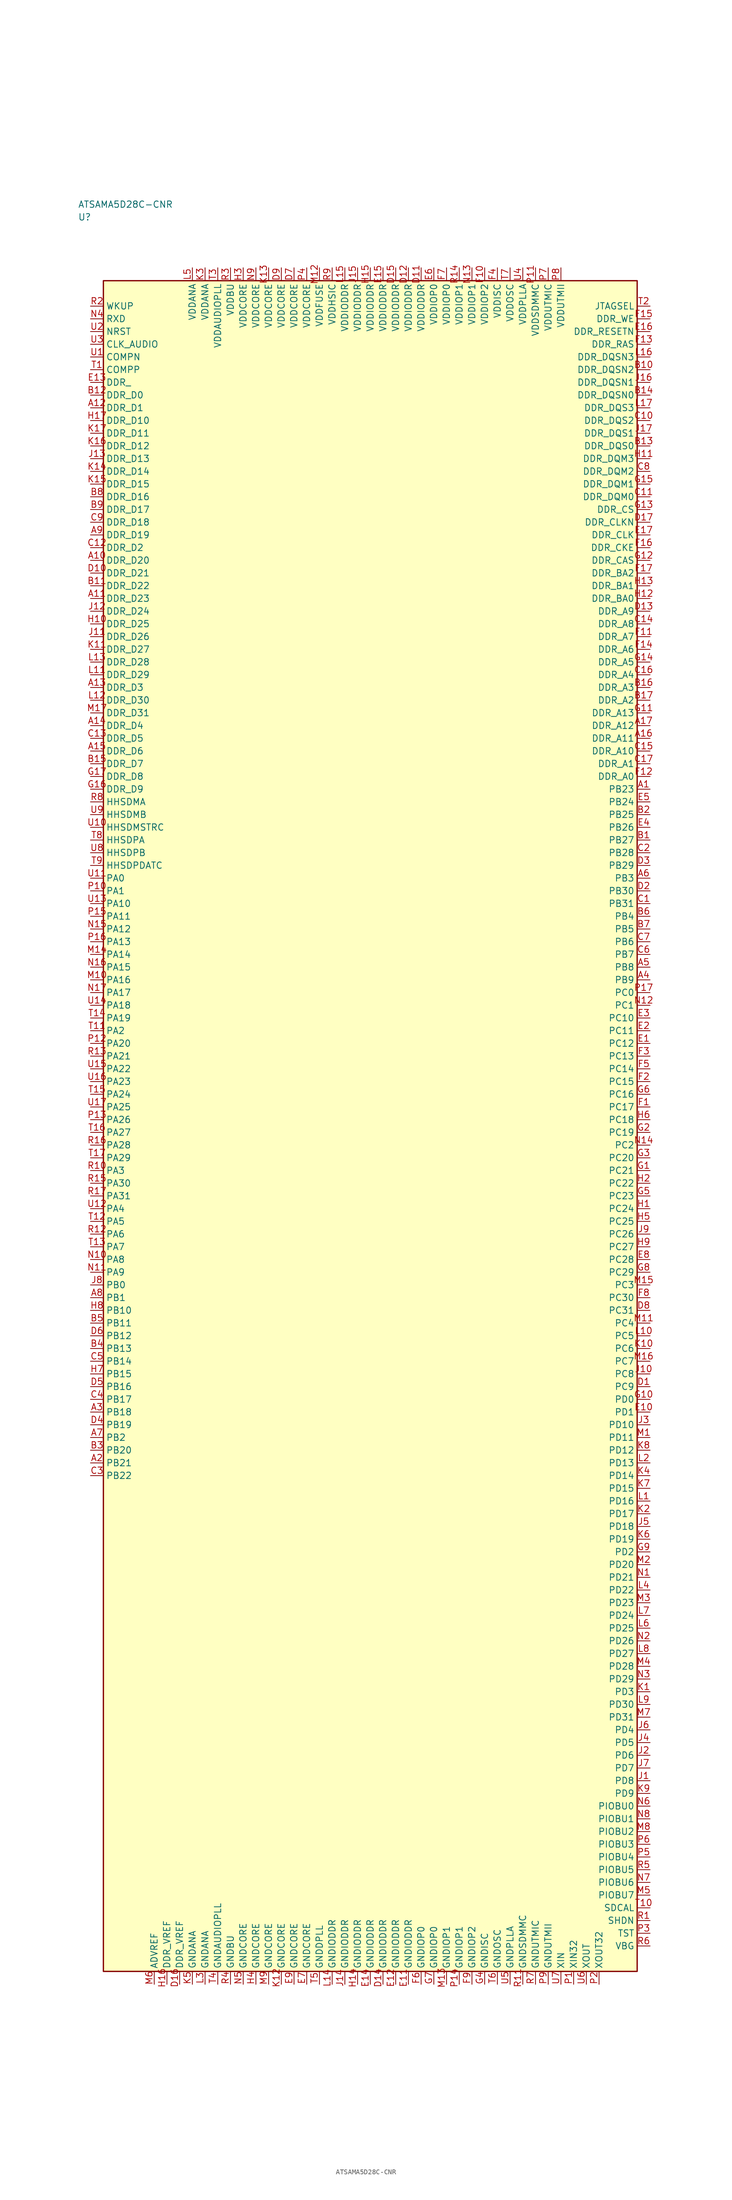
<source format=kicad_sym>
(kicad_symbol_lib
  (version 20241025)
  (generator "kicad_symbol_editor")
  (generator_version "8.0")
  (symbol "ATSAMA5D28C-CNR"
    (property "Reference" "U"
      (at -57.5 178.75 0)
      (effects (font (size 1.27 1.27)) (justify left)))
    (property "Value" "ATSAMA5D28C-CNR"
      (at -57.5 181.25 0)
      (effects (font (size 1.27 1.27)) (justify left)))
    (symbol "ATSAMA5D28C-CNR_0_1"
      (rectangle (start -52.5 166.25) (end 52.5 -166.25) (stroke (width 0.254) (type default)) (fill (type background))))
    (symbol "ATSAMA5D28C-CNR_1_1"
      (pin bidirectional line (at -55.04 48.75 0.0) (length 2.54) (name "PA0" (effects (font (size 1.27 1.27)))) (number "U11" (effects (font (size 1.27 1.27)))))
      (pin bidirectional line (at -55.04 46.25 0.0) (length 2.54) (name "PA1" (effects (font (size 1.27 1.27)))) (number "P10" (effects (font (size 1.27 1.27)))))
      (pin bidirectional line (at -55.04 18.75 0.0) (length 2.54) (name "PA2" (effects (font (size 1.27 1.27)))) (number "T11" (effects (font (size 1.27 1.27)))))
      (pin bidirectional line (at -55.04 -8.75 0.0) (length 2.54) (name "PA3" (effects (font (size 1.27 1.27)))) (number "R10" (effects (font (size 1.27 1.27)))))
      (pin bidirectional line (at -55.04 -16.25 0.0) (length 2.54) (name "PA4" (effects (font (size 1.27 1.27)))) (number "U12" (effects (font (size 1.27 1.27)))))
      (pin bidirectional line (at -55.04 -18.75 0.0) (length 2.54) (name "PA5" (effects (font (size 1.27 1.27)))) (number "T12" (effects (font (size 1.27 1.27)))))
      (pin bidirectional line (at -55.04 -21.25 0.0) (length 2.54) (name "PA6" (effects (font (size 1.27 1.27)))) (number "R12" (effects (font (size 1.27 1.27)))))
      (pin bidirectional line (at -55.04 -23.75 0.0) (length 2.54) (name "PA7" (effects (font (size 1.27 1.27)))) (number "T13" (effects (font (size 1.27 1.27)))))
      (pin bidirectional line (at -55.04 -26.25 0.0) (length 2.54) (name "PA8" (effects (font (size 1.27 1.27)))) (number "N10" (effects (font (size 1.27 1.27)))))
      (pin bidirectional line (at -55.04 -28.75 0.0) (length 2.54) (name "PA9" (effects (font (size 1.27 1.27)))) (number "N11" (effects (font (size 1.27 1.27)))))
      (pin bidirectional line (at -55.04 43.75 0.0) (length 2.54) (name "PA10" (effects (font (size 1.27 1.27)))) (number "U13" (effects (font (size 1.27 1.27)))))
      (pin bidirectional line (at -55.04 41.25 0.0) (length 2.54) (name "PA11" (effects (font (size 1.27 1.27)))) (number "P15" (effects (font (size 1.27 1.27)))))
      (pin bidirectional line (at -55.04 38.75 0.0) (length 2.54) (name "PA12" (effects (font (size 1.27 1.27)))) (number "N15" (effects (font (size 1.27 1.27)))))
      (pin bidirectional line (at -55.04 36.25 0.0) (length 2.54) (name "PA13" (effects (font (size 1.27 1.27)))) (number "P16" (effects (font (size 1.27 1.27)))))
      (pin bidirectional line (at -55.04 33.75 0.0) (length 2.54) (name "PA14" (effects (font (size 1.27 1.27)))) (number "M14" (effects (font (size 1.27 1.27)))))
      (pin bidirectional line (at -55.04 31.25 0.0) (length 2.54) (name "PA15" (effects (font (size 1.27 1.27)))) (number "N16" (effects (font (size 1.27 1.27)))))
      (pin bidirectional line (at -55.04 28.75 0.0) (length 2.54) (name "PA16" (effects (font (size 1.27 1.27)))) (number "M10" (effects (font (size 1.27 1.27)))))
      (pin bidirectional line (at -55.04 26.25 0.0) (length 2.54) (name "PA17" (effects (font (size 1.27 1.27)))) (number "N17" (effects (font (size 1.27 1.27)))))
      (pin bidirectional line (at -55.04 23.75 0.0) (length 2.54) (name "PA18" (effects (font (size 1.27 1.27)))) (number "U14" (effects (font (size 1.27 1.27)))))
      (pin bidirectional line (at -55.04 21.25 0.0) (length 2.54) (name "PA19" (effects (font (size 1.27 1.27)))) (number "T14" (effects (font (size 1.27 1.27)))))
      (pin bidirectional line (at -55.04 16.25 0.0) (length 2.54) (name "PA20" (effects (font (size 1.27 1.27)))) (number "P12" (effects (font (size 1.27 1.27)))))
      (pin bidirectional line (at -55.04 13.75 0.0) (length 2.54) (name "PA21" (effects (font (size 1.27 1.27)))) (number "R13" (effects (font (size 1.27 1.27)))))
      (pin bidirectional line (at -55.04 11.25 0.0) (length 2.54) (name "PA22" (effects (font (size 1.27 1.27)))) (number "U15" (effects (font (size 1.27 1.27)))))
      (pin bidirectional line (at -55.04 8.75 0.0) (length 2.54) (name "PA23" (effects (font (size 1.27 1.27)))) (number "U16" (effects (font (size 1.27 1.27)))))
      (pin bidirectional line (at -55.04 6.25 0.0) (length 2.54) (name "PA24" (effects (font (size 1.27 1.27)))) (number "T15" (effects (font (size 1.27 1.27)))))
      (pin bidirectional line (at -55.04 3.75 0.0) (length 2.54) (name "PA25" (effects (font (size 1.27 1.27)))) (number "U17" (effects (font (size 1.27 1.27)))))
      (pin bidirectional line (at -55.04 1.25 0.0) (length 2.54) (name "PA26" (effects (font (size 1.27 1.27)))) (number "P13" (effects (font (size 1.27 1.27)))))
      (pin bidirectional line (at -55.04 -1.25 0.0) (length 2.54) (name "PA27" (effects (font (size 1.27 1.27)))) (number "T16" (effects (font (size 1.27 1.27)))))
      (pin bidirectional line (at -55.04 -3.75 0.0) (length 2.54) (name "PA28" (effects (font (size 1.27 1.27)))) (number "R16" (effects (font (size 1.27 1.27)))))
      (pin bidirectional line (at -55.04 -6.25 0.0) (length 2.54) (name "PA29" (effects (font (size 1.27 1.27)))) (number "T17" (effects (font (size 1.27 1.27)))))
      (pin bidirectional line (at -55.04 -11.25 0.0) (length 2.54) (name "PA30" (effects (font (size 1.27 1.27)))) (number "R15" (effects (font (size 1.27 1.27)))))
      (pin bidirectional line (at -55.04 -13.75 0.0) (length 2.54) (name "PA31" (effects (font (size 1.27 1.27)))) (number "R17" (effects (font (size 1.27 1.27)))))
      (pin bidirectional line (at -55.04 -31.25 0.0) (length 2.54) (name "PB0" (effects (font (size 1.27 1.27)))) (number "J8" (effects (font (size 1.27 1.27)))))
      (pin bidirectional line (at -55.04 -33.75 0.0) (length 2.54) (name "PB1" (effects (font (size 1.27 1.27)))) (number "A8" (effects (font (size 1.27 1.27)))))
      (pin bidirectional line (at -55.04 -61.25 0.0) (length 2.54) (name "PB2" (effects (font (size 1.27 1.27)))) (number "A7" (effects (font (size 1.27 1.27)))))
      (pin bidirectional line (at 55.04 48.75 180.0) (length 2.54) (name "PB3" (effects (font (size 1.27 1.27)))) (number "A6" (effects (font (size 1.27 1.27)))))
      (pin bidirectional line (at 55.04 41.25 180.0) (length 2.54) (name "PB4" (effects (font (size 1.27 1.27)))) (number "B6" (effects (font (size 1.27 1.27)))))
      (pin bidirectional line (at 55.04 38.75 180.0) (length 2.54) (name "PB5" (effects (font (size 1.27 1.27)))) (number "B7" (effects (font (size 1.27 1.27)))))
      (pin bidirectional line (at 55.04 36.25 180.0) (length 2.54) (name "PB6" (effects (font (size 1.27 1.27)))) (number "C7" (effects (font (size 1.27 1.27)))))
      (pin bidirectional line (at 55.04 33.75 180.0) (length 2.54) (name "PB7" (effects (font (size 1.27 1.27)))) (number "C6" (effects (font (size 1.27 1.27)))))
      (pin bidirectional line (at 55.04 31.25 180.0) (length 2.54) (name "PB8" (effects (font (size 1.27 1.27)))) (number "A5" (effects (font (size 1.27 1.27)))))
      (pin bidirectional line (at 55.04 28.75 180.0) (length 2.54) (name "PB9" (effects (font (size 1.27 1.27)))) (number "A4" (effects (font (size 1.27 1.27)))))
      (pin bidirectional line (at -55.04 -36.25 0.0) (length 2.54) (name "PB10" (effects (font (size 1.27 1.27)))) (number "H8" (effects (font (size 1.27 1.27)))))
      (pin bidirectional line (at -55.04 -38.75 0.0) (length 2.54) (name "PB11" (effects (font (size 1.27 1.27)))) (number "B5" (effects (font (size 1.27 1.27)))))
      (pin bidirectional line (at -55.04 -41.25 0.0) (length 2.54) (name "PB12" (effects (font (size 1.27 1.27)))) (number "D6" (effects (font (size 1.27 1.27)))))
      (pin bidirectional line (at -55.04 -43.75 0.0) (length 2.54) (name "PB13" (effects (font (size 1.27 1.27)))) (number "B4" (effects (font (size 1.27 1.27)))))
      (pin bidirectional line (at -55.04 -46.25 0.0) (length 2.54) (name "PB14" (effects (font (size 1.27 1.27)))) (number "C5" (effects (font (size 1.27 1.27)))))
      (pin bidirectional line (at -55.04 -48.75 0.0) (length 2.54) (name "PB15" (effects (font (size 1.27 1.27)))) (number "H7" (effects (font (size 1.27 1.27)))))
      (pin bidirectional line (at -55.04 -51.25 0.0) (length 2.54) (name "PB16" (effects (font (size 1.27 1.27)))) (number "D5" (effects (font (size 1.27 1.27)))))
      (pin bidirectional line (at -55.04 -53.75 0.0) (length 2.54) (name "PB17" (effects (font (size 1.27 1.27)))) (number "C4" (effects (font (size 1.27 1.27)))))
      (pin bidirectional line (at -55.04 -56.25 0.0) (length 2.54) (name "PB18" (effects (font (size 1.27 1.27)))) (number "A3" (effects (font (size 1.27 1.27)))))
      (pin bidirectional line (at -55.04 -58.75 0.0) (length 2.54) (name "PB19" (effects (font (size 1.27 1.27)))) (number "D4" (effects (font (size 1.27 1.27)))))
      (pin bidirectional line (at -55.04 -63.75 0.0) (length 2.54) (name "PB20" (effects (font (size 1.27 1.27)))) (number "B3" (effects (font (size 1.27 1.27)))))
      (pin bidirectional line (at -55.04 -66.25 0.0) (length 2.54) (name "PB21" (effects (font (size 1.27 1.27)))) (number "A2" (effects (font (size 1.27 1.27)))))
      (pin bidirectional line (at -55.04 -68.75 0.0) (length 2.54) (name "PB22" (effects (font (size 1.27 1.27)))) (number "C3" (effects (font (size 1.27 1.27)))))
      (pin bidirectional line (at 55.04 66.25 180.0) (length 2.54) (name "PB23" (effects (font (size 1.27 1.27)))) (number "A1" (effects (font (size 1.27 1.27)))))
      (pin bidirectional line (at 55.04 63.75 180.0) (length 2.54) (name "PB24" (effects (font (size 1.27 1.27)))) (number "E5" (effects (font (size 1.27 1.27)))))
      (pin bidirectional line (at 55.04 61.25 180.0) (length 2.54) (name "PB25" (effects (font (size 1.27 1.27)))) (number "B2" (effects (font (size 1.27 1.27)))))
      (pin bidirectional line (at 55.04 58.75 180.0) (length 2.54) (name "PB26" (effects (font (size 1.27 1.27)))) (number "E4" (effects (font (size 1.27 1.27)))))
      (pin bidirectional line (at 55.04 56.25 180.0) (length 2.54) (name "PB27" (effects (font (size 1.27 1.27)))) (number "B1" (effects (font (size 1.27 1.27)))))
      (pin bidirectional line (at 55.04 53.75 180.0) (length 2.54) (name "PB28" (effects (font (size 1.27 1.27)))) (number "C2" (effects (font (size 1.27 1.27)))))
      (pin bidirectional line (at 55.04 51.25 180.0) (length 2.54) (name "PB29" (effects (font (size 1.27 1.27)))) (number "D3" (effects (font (size 1.27 1.27)))))
      (pin bidirectional line (at 55.04 46.25 180.0) (length 2.54) (name "PB30" (effects (font (size 1.27 1.27)))) (number "D2" (effects (font (size 1.27 1.27)))))
      (pin bidirectional line (at 55.04 43.75 180.0) (length 2.54) (name "PB31" (effects (font (size 1.27 1.27)))) (number "C1" (effects (font (size 1.27 1.27)))))
      (pin bidirectional line (at 55.04 26.25 180.0) (length 2.54) (name "PC0" (effects (font (size 1.27 1.27)))) (number "P17" (effects (font (size 1.27 1.27)))))
      (pin bidirectional line (at 55.04 23.75 180.0) (length 2.54) (name "PC1" (effects (font (size 1.27 1.27)))) (number "N12" (effects (font (size 1.27 1.27)))))
      (pin bidirectional line (at 55.04 -3.75 180.0) (length 2.54) (name "PC2" (effects (font (size 1.27 1.27)))) (number "N14" (effects (font (size 1.27 1.27)))))
      (pin bidirectional line (at 55.04 -31.25 180.0) (length 2.54) (name "PC3" (effects (font (size 1.27 1.27)))) (number "M15" (effects (font (size 1.27 1.27)))))
      (pin bidirectional line (at 55.04 -38.75 180.0) (length 2.54) (name "PC4" (effects (font (size 1.27 1.27)))) (number "M11" (effects (font (size 1.27 1.27)))))
      (pin bidirectional line (at 55.04 -41.25 180.0) (length 2.54) (name "PC5" (effects (font (size 1.27 1.27)))) (number "L10" (effects (font (size 1.27 1.27)))))
      (pin bidirectional line (at 55.04 -43.75 180.0) (length 2.54) (name "PC6" (effects (font (size 1.27 1.27)))) (number "K10" (effects (font (size 1.27 1.27)))))
      (pin bidirectional line (at 55.04 -46.25 180.0) (length 2.54) (name "PC7" (effects (font (size 1.27 1.27)))) (number "M16" (effects (font (size 1.27 1.27)))))
      (pin bidirectional line (at 55.04 -48.75 180.0) (length 2.54) (name "PC8" (effects (font (size 1.27 1.27)))) (number "J10" (effects (font (size 1.27 1.27)))))
      (pin bidirectional line (at 55.04 -51.25 180.0) (length 2.54) (name "PC9" (effects (font (size 1.27 1.27)))) (number "D1" (effects (font (size 1.27 1.27)))))
      (pin bidirectional line (at 55.04 21.25 180.0) (length 2.54) (name "PC10" (effects (font (size 1.27 1.27)))) (number "E3" (effects (font (size 1.27 1.27)))))
      (pin bidirectional line (at 55.04 18.75 180.0) (length 2.54) (name "PC11" (effects (font (size 1.27 1.27)))) (number "E2" (effects (font (size 1.27 1.27)))))
      (pin bidirectional line (at 55.04 16.25 180.0) (length 2.54) (name "PC12" (effects (font (size 1.27 1.27)))) (number "E1" (effects (font (size 1.27 1.27)))))
      (pin bidirectional line (at 55.04 13.75 180.0) (length 2.54) (name "PC13" (effects (font (size 1.27 1.27)))) (number "F3" (effects (font (size 1.27 1.27)))))
      (pin bidirectional line (at 55.04 11.25 180.0) (length 2.54) (name "PC14" (effects (font (size 1.27 1.27)))) (number "F5" (effects (font (size 1.27 1.27)))))
      (pin bidirectional line (at 55.04 8.75 180.0) (length 2.54) (name "PC15" (effects (font (size 1.27 1.27)))) (number "F2" (effects (font (size 1.27 1.27)))))
      (pin bidirectional line (at 55.04 6.25 180.0) (length 2.54) (name "PC16" (effects (font (size 1.27 1.27)))) (number "G6" (effects (font (size 1.27 1.27)))))
      (pin bidirectional line (at 55.04 3.75 180.0) (length 2.54) (name "PC17" (effects (font (size 1.27 1.27)))) (number "F1" (effects (font (size 1.27 1.27)))))
      (pin bidirectional line (at 55.04 1.25 180.0) (length 2.54) (name "PC18" (effects (font (size 1.27 1.27)))) (number "H6" (effects (font (size 1.27 1.27)))))
      (pin bidirectional line (at 55.04 -1.25 180.0) (length 2.54) (name "PC19" (effects (font (size 1.27 1.27)))) (number "G2" (effects (font (size 1.27 1.27)))))
      (pin bidirectional line (at 55.04 -6.25 180.0) (length 2.54) (name "PC20" (effects (font (size 1.27 1.27)))) (number "G3" (effects (font (size 1.27 1.27)))))
      (pin bidirectional line (at 55.04 -8.75 180.0) (length 2.54) (name "PC21" (effects (font (size 1.27 1.27)))) (number "G1" (effects (font (size 1.27 1.27)))))
      (pin bidirectional line (at 55.04 -11.25 180.0) (length 2.54) (name "PC22" (effects (font (size 1.27 1.27)))) (number "H2" (effects (font (size 1.27 1.27)))))
      (pin bidirectional line (at 55.04 -13.75 180.0) (length 2.54) (name "PC23" (effects (font (size 1.27 1.27)))) (number "G5" (effects (font (size 1.27 1.27)))))
      (pin bidirectional line (at 55.04 -16.25 180.0) (length 2.54) (name "PC24" (effects (font (size 1.27 1.27)))) (number "H1" (effects (font (size 1.27 1.27)))))
      (pin bidirectional line (at 55.04 -18.75 180.0) (length 2.54) (name "PC25" (effects (font (size 1.27 1.27)))) (number "H5" (effects (font (size 1.27 1.27)))))
      (pin bidirectional line (at 55.04 -21.25 180.0) (length 2.54) (name "PC26" (effects (font (size 1.27 1.27)))) (number "J9" (effects (font (size 1.27 1.27)))))
      (pin bidirectional line (at 55.04 -23.75 180.0) (length 2.54) (name "PC27" (effects (font (size 1.27 1.27)))) (number "H9" (effects (font (size 1.27 1.27)))))
      (pin bidirectional line (at 55.04 -26.25 180.0) (length 2.54) (name "PC28" (effects (font (size 1.27 1.27)))) (number "E8" (effects (font (size 1.27 1.27)))))
      (pin bidirectional line (at 55.04 -28.75 180.0) (length 2.54) (name "PC29" (effects (font (size 1.27 1.27)))) (number "G8" (effects (font (size 1.27 1.27)))))
      (pin bidirectional line (at 55.04 -33.75 180.0) (length 2.54) (name "PC30" (effects (font (size 1.27 1.27)))) (number "F8" (effects (font (size 1.27 1.27)))))
      (pin bidirectional line (at 55.04 -36.25 180.0) (length 2.54) (name "PC31" (effects (font (size 1.27 1.27)))) (number "D8" (effects (font (size 1.27 1.27)))))
      (pin bidirectional line (at 55.04 -53.75 180.0) (length 2.54) (name "PD0" (effects (font (size 1.27 1.27)))) (number "G10" (effects (font (size 1.27 1.27)))))
      (pin bidirectional line (at 55.04 -56.25 180.0) (length 2.54) (name "PD1" (effects (font (size 1.27 1.27)))) (number "E10" (effects (font (size 1.27 1.27)))))
      (pin bidirectional line (at 55.04 -83.75 180.0) (length 2.54) (name "PD2" (effects (font (size 1.27 1.27)))) (number "G9" (effects (font (size 1.27 1.27)))))
      (pin bidirectional line (at 55.04 -111.25 180.0) (length 2.54) (name "PD3" (effects (font (size 1.27 1.27)))) (number "K1" (effects (font (size 1.27 1.27)))))
      (pin bidirectional line (at 55.04 -118.75 180.0) (length 2.54) (name "PD4" (effects (font (size 1.27 1.27)))) (number "J6" (effects (font (size 1.27 1.27)))))
      (pin bidirectional line (at 55.04 -121.25 180.0) (length 2.54) (name "PD5" (effects (font (size 1.27 1.27)))) (number "J4" (effects (font (size 1.27 1.27)))))
      (pin bidirectional line (at 55.04 -123.75 180.0) (length 2.54) (name "PD6" (effects (font (size 1.27 1.27)))) (number "J2" (effects (font (size 1.27 1.27)))))
      (pin bidirectional line (at 55.04 -126.25 180.0) (length 2.54) (name "PD7" (effects (font (size 1.27 1.27)))) (number "J7" (effects (font (size 1.27 1.27)))))
      (pin bidirectional line (at 55.04 -128.75 180.0) (length 2.54) (name "PD8" (effects (font (size 1.27 1.27)))) (number "J1" (effects (font (size 1.27 1.27)))))
      (pin bidirectional line (at 55.04 -131.25 180.0) (length 2.54) (name "PD9" (effects (font (size 1.27 1.27)))) (number "K9" (effects (font (size 1.27 1.27)))))
      (pin bidirectional line (at 55.04 -58.75 180.0) (length 2.54) (name "PD10" (effects (font (size 1.27 1.27)))) (number "J3" (effects (font (size 1.27 1.27)))))
      (pin bidirectional line (at 55.04 -61.25 180.0) (length 2.54) (name "PD11" (effects (font (size 1.27 1.27)))) (number "M1" (effects (font (size 1.27 1.27)))))
      (pin bidirectional line (at 55.04 -63.75 180.0) (length 2.54) (name "PD12" (effects (font (size 1.27 1.27)))) (number "K8" (effects (font (size 1.27 1.27)))))
      (pin bidirectional line (at 55.04 -66.25 180.0) (length 2.54) (name "PD13" (effects (font (size 1.27 1.27)))) (number "L2" (effects (font (size 1.27 1.27)))))
      (pin bidirectional line (at 55.04 -68.75 180.0) (length 2.54) (name "PD14" (effects (font (size 1.27 1.27)))) (number "K4" (effects (font (size 1.27 1.27)))))
      (pin bidirectional line (at 55.04 -71.25 180.0) (length 2.54) (name "PD15" (effects (font (size 1.27 1.27)))) (number "K7" (effects (font (size 1.27 1.27)))))
      (pin bidirectional line (at 55.04 -73.75 180.0) (length 2.54) (name "PD16" (effects (font (size 1.27 1.27)))) (number "L1" (effects (font (size 1.27 1.27)))))
      (pin bidirectional line (at 55.04 -76.25 180.0) (length 2.54) (name "PD17" (effects (font (size 1.27 1.27)))) (number "K2" (effects (font (size 1.27 1.27)))))
      (pin bidirectional line (at 55.04 -78.75 180.0) (length 2.54) (name "PD18" (effects (font (size 1.27 1.27)))) (number "J5" (effects (font (size 1.27 1.27)))))
      (pin bidirectional line (at 55.04 -81.25 180.0) (length 2.54) (name "PD19" (effects (font (size 1.27 1.27)))) (number "K6" (effects (font (size 1.27 1.27)))))
      (pin bidirectional line (at 55.04 -86.25 180.0) (length 2.54) (name "PD20" (effects (font (size 1.27 1.27)))) (number "M2" (effects (font (size 1.27 1.27)))))
      (pin bidirectional line (at 55.04 -88.75 180.0) (length 2.54) (name "PD21" (effects (font (size 1.27 1.27)))) (number "N1" (effects (font (size 1.27 1.27)))))
      (pin bidirectional line (at 55.04 -91.25 180.0) (length 2.54) (name "PD22" (effects (font (size 1.27 1.27)))) (number "L4" (effects (font (size 1.27 1.27)))))
      (pin bidirectional line (at 55.04 -93.75 180.0) (length 2.54) (name "PD23" (effects (font (size 1.27 1.27)))) (number "M3" (effects (font (size 1.27 1.27)))))
      (pin bidirectional line (at 55.04 -96.25 180.0) (length 2.54) (name "PD24" (effects (font (size 1.27 1.27)))) (number "L7" (effects (font (size 1.27 1.27)))))
      (pin bidirectional line (at 55.04 -98.75 180.0) (length 2.54) (name "PD25" (effects (font (size 1.27 1.27)))) (number "L6" (effects (font (size 1.27 1.27)))))
      (pin bidirectional line (at 55.04 -101.25 180.0) (length 2.54) (name "PD26" (effects (font (size 1.27 1.27)))) (number "N2" (effects (font (size 1.27 1.27)))))
      (pin bidirectional line (at 55.04 -103.75 180.0) (length 2.54) (name "PD27" (effects (font (size 1.27 1.27)))) (number "L8" (effects (font (size 1.27 1.27)))))
      (pin bidirectional line (at 55.04 -106.25 180.0) (length 2.54) (name "PD28" (effects (font (size 1.27 1.27)))) (number "M4" (effects (font (size 1.27 1.27)))))
      (pin bidirectional line (at 55.04 -108.75 180.0) (length 2.54) (name "PD29" (effects (font (size 1.27 1.27)))) (number "N3" (effects (font (size 1.27 1.27)))))
      (pin bidirectional line (at 55.04 -113.75 180.0) (length 2.54) (name "PD30" (effects (font (size 1.27 1.27)))) (number "L9" (effects (font (size 1.27 1.27)))))
      (pin bidirectional line (at 55.04 -116.25 180.0) (length 2.54) (name "PD31" (effects (font (size 1.27 1.27)))) (number "M7" (effects (font (size 1.27 1.27)))))
      (pin power_in line (at -35.0 168.79 270.0) (length 2.54) (name "VDDANA" (effects (font (size 1.27 1.27)))) (number "L5" (effects (font (size 1.27 1.27)))))
      (pin passive line (at -35.0 -168.79 90.0) (length 2.54) (name "GNDANA" (effects (font (size 1.27 1.27)))) (number "K5" (effects (font (size 1.27 1.27)))))
      (pin passive line (at -42.5 -168.79 90.0) (length 2.54) (name "ADVREF" (effects (font (size 1.27 1.27)))) (number "M6" (effects (font (size 1.27 1.27)))))
      (pin power_in line (at -32.5 168.79 270.0) (length 2.54) (name "VDDANA" (effects (font (size 1.27 1.27)))) (number "K3" (effects (font (size 1.27 1.27)))))
      (pin passive line (at -32.5 -168.79 90.0) (length 2.54) (name "GNDANA" (effects (font (size 1.27 1.27)))) (number "L3" (effects (font (size 1.27 1.27)))))
      (pin passive line (at -40.0 -168.79 90.0) (length 2.54) (name "DDR_VREF" (effects (font (size 1.27 1.27)))) (number "H16" (effects (font (size 1.27 1.27)))))
      (pin passive line (at -37.5 -168.79 90.0) (length 2.54) (name "DDR_VREF" (effects (font (size 1.27 1.27)))) (number "D16" (effects (font (size 1.27 1.27)))))
      (pin bidirectional line (at -55.04 143.75 0.0) (length 2.54) (name "DDR_D0" (effects (font (size 1.27 1.27)))) (number "B12" (effects (font (size 1.27 1.27)))))
      (pin bidirectional line (at -55.04 141.25 0.0) (length 2.54) (name "DDR_D1" (effects (font (size 1.27 1.27)))) (number "A12" (effects (font (size 1.27 1.27)))))
      (pin bidirectional line (at -55.04 113.75 0.0) (length 2.54) (name "DDR_D2" (effects (font (size 1.27 1.27)))) (number "C12" (effects (font (size 1.27 1.27)))))
      (pin bidirectional line (at -55.04 86.25 0.0) (length 2.54) (name "DDR_D3" (effects (font (size 1.27 1.27)))) (number "A13" (effects (font (size 1.27 1.27)))))
      (pin bidirectional line (at -55.04 78.75 0.0) (length 2.54) (name "DDR_D4" (effects (font (size 1.27 1.27)))) (number "A14" (effects (font (size 1.27 1.27)))))
      (pin bidirectional line (at -55.04 76.25 0.0) (length 2.54) (name "DDR_D5" (effects (font (size 1.27 1.27)))) (number "C13" (effects (font (size 1.27 1.27)))))
      (pin bidirectional line (at -55.04 73.75 0.0) (length 2.54) (name "DDR_D6" (effects (font (size 1.27 1.27)))) (number "A15" (effects (font (size 1.27 1.27)))))
      (pin bidirectional line (at -55.04 71.25 0.0) (length 2.54) (name "DDR_D7" (effects (font (size 1.27 1.27)))) (number "B15" (effects (font (size 1.27 1.27)))))
      (pin bidirectional line (at -55.04 68.75 0.0) (length 2.54) (name "DDR_D8" (effects (font (size 1.27 1.27)))) (number "G17" (effects (font (size 1.27 1.27)))))
      (pin bidirectional line (at -55.04 66.25 0.0) (length 2.54) (name "DDR_D9" (effects (font (size 1.27 1.27)))) (number "G16" (effects (font (size 1.27 1.27)))))
      (pin bidirectional line (at -55.04 138.75 0.0) (length 2.54) (name "DDR_D10" (effects (font (size 1.27 1.27)))) (number "H17" (effects (font (size 1.27 1.27)))))
      (pin bidirectional line (at -55.04 136.25 0.0) (length 2.54) (name "DDR_D11" (effects (font (size 1.27 1.27)))) (number "K17" (effects (font (size 1.27 1.27)))))
      (pin bidirectional line (at -55.04 133.75 0.0) (length 2.54) (name "DDR_D12" (effects (font (size 1.27 1.27)))) (number "K16" (effects (font (size 1.27 1.27)))))
      (pin bidirectional line (at -55.04 131.25 0.0) (length 2.54) (name "DDR_D13" (effects (font (size 1.27 1.27)))) (number "J13" (effects (font (size 1.27 1.27)))))
      (pin bidirectional line (at -55.04 128.75 0.0) (length 2.54) (name "DDR_D14" (effects (font (size 1.27 1.27)))) (number "K14" (effects (font (size 1.27 1.27)))))
      (pin bidirectional line (at -55.04 126.25 0.0) (length 2.54) (name "DDR_D15" (effects (font (size 1.27 1.27)))) (number "K15" (effects (font (size 1.27 1.27)))))
      (pin bidirectional line (at -55.04 123.75 0.0) (length 2.54) (name "DDR_D16" (effects (font (size 1.27 1.27)))) (number "B8" (effects (font (size 1.27 1.27)))))
      (pin bidirectional line (at -55.04 121.25 0.0) (length 2.54) (name "DDR_D17" (effects (font (size 1.27 1.27)))) (number "B9" (effects (font (size 1.27 1.27)))))
      (pin bidirectional line (at -55.04 118.75 0.0) (length 2.54) (name "DDR_D18" (effects (font (size 1.27 1.27)))) (number "C9" (effects (font (size 1.27 1.27)))))
      (pin bidirectional line (at -55.04 116.25 0.0) (length 2.54) (name "DDR_D19" (effects (font (size 1.27 1.27)))) (number "A9" (effects (font (size 1.27 1.27)))))
      (pin bidirectional line (at -55.04 111.25 0.0) (length 2.54) (name "DDR_D20" (effects (font (size 1.27 1.27)))) (number "A10" (effects (font (size 1.27 1.27)))))
      (pin bidirectional line (at -55.04 108.75 0.0) (length 2.54) (name "DDR_D21" (effects (font (size 1.27 1.27)))) (number "D10" (effects (font (size 1.27 1.27)))))
      (pin bidirectional line (at -55.04 106.25 0.0) (length 2.54) (name "DDR_D22" (effects (font (size 1.27 1.27)))) (number "B11" (effects (font (size 1.27 1.27)))))
      (pin bidirectional line (at -55.04 103.75 0.0) (length 2.54) (name "DDR_D23" (effects (font (size 1.27 1.27)))) (number "A11" (effects (font (size 1.27 1.27)))))
      (pin bidirectional line (at -55.04 101.25 0.0) (length 2.54) (name "DDR_D24" (effects (font (size 1.27 1.27)))) (number "J12" (effects (font (size 1.27 1.27)))))
      (pin bidirectional line (at -55.04 98.75 0.0) (length 2.54) (name "DDR_D25" (effects (font (size 1.27 1.27)))) (number "H10" (effects (font (size 1.27 1.27)))))
      (pin bidirectional line (at -55.04 96.25 0.0) (length 2.54) (name "DDR_D26" (effects (font (size 1.27 1.27)))) (number "J11" (effects (font (size 1.27 1.27)))))
      (pin bidirectional line (at -55.04 93.75 0.0) (length 2.54) (name "DDR_D27" (effects (font (size 1.27 1.27)))) (number "K11" (effects (font (size 1.27 1.27)))))
      (pin bidirectional line (at -55.04 91.25 0.0) (length 2.54) (name "DDR_D28" (effects (font (size 1.27 1.27)))) (number "L13" (effects (font (size 1.27 1.27)))))
      (pin bidirectional line (at -55.04 88.75 0.0) (length 2.54) (name "DDR_D29" (effects (font (size 1.27 1.27)))) (number "L11" (effects (font (size 1.27 1.27)))))
      (pin bidirectional line (at -55.04 83.75 0.0) (length 2.54) (name "DDR_D30" (effects (font (size 1.27 1.27)))) (number "L12" (effects (font (size 1.27 1.27)))))
      (pin bidirectional line (at -55.04 81.25 0.0) (length 2.54) (name "DDR_D31" (effects (font (size 1.27 1.27)))) (number "M17" (effects (font (size 1.27 1.27)))))
      (pin output line (at 55.04 68.75 180.0) (length 2.54) (name "DDR_A0" (effects (font (size 1.27 1.27)))) (number "F12" (effects (font (size 1.27 1.27)))))
      (pin output line (at 55.04 71.25 180.0) (length 2.54) (name "DDR_A1" (effects (font (size 1.27 1.27)))) (number "C17" (effects (font (size 1.27 1.27)))))
      (pin output line (at 55.04 83.75 180.0) (length 2.54) (name "DDR_A2" (effects (font (size 1.27 1.27)))) (number "B17" (effects (font (size 1.27 1.27)))))
      (pin output line (at 55.04 86.25 180.0) (length 2.54) (name "DDR_A3" (effects (font (size 1.27 1.27)))) (number "B16" (effects (font (size 1.27 1.27)))))
      (pin output line (at 55.04 88.75 180.0) (length 2.54) (name "DDR_A4" (effects (font (size 1.27 1.27)))) (number "C16" (effects (font (size 1.27 1.27)))))
      (pin output line (at 55.04 91.25 180.0) (length 2.54) (name "DDR_A5" (effects (font (size 1.27 1.27)))) (number "G14" (effects (font (size 1.27 1.27)))))
      (pin output line (at 55.04 93.75 180.0) (length 2.54) (name "DDR_A6" (effects (font (size 1.27 1.27)))) (number "F14" (effects (font (size 1.27 1.27)))))
      (pin output line (at 55.04 96.25 180.0) (length 2.54) (name "DDR_A7" (effects (font (size 1.27 1.27)))) (number "F11" (effects (font (size 1.27 1.27)))))
      (pin output line (at 55.04 98.75 180.0) (length 2.54) (name "DDR_A8" (effects (font (size 1.27 1.27)))) (number "C14" (effects (font (size 1.27 1.27)))))
      (pin output line (at 55.04 101.25 180.0) (length 2.54) (name "DDR_A9" (effects (font (size 1.27 1.27)))) (number "D13" (effects (font (size 1.27 1.27)))))
      (pin output line (at 55.04 73.75 180.0) (length 2.54) (name "DDR_A10" (effects (font (size 1.27 1.27)))) (number "C15" (effects (font (size 1.27 1.27)))))
      (pin output line (at 55.04 76.25 180.0) (length 2.54) (name "DDR_A11" (effects (font (size 1.27 1.27)))) (number "A16" (effects (font (size 1.27 1.27)))))
      (pin output line (at 55.04 78.75 180.0) (length 2.54) (name "DDR_A12" (effects (font (size 1.27 1.27)))) (number "A17" (effects (font (size 1.27 1.27)))))
      (pin output line (at 55.04 81.25 180.0) (length 2.54) (name "DDR_A13" (effects (font (size 1.27 1.27)))) (number "G11" (effects (font (size 1.27 1.27)))))
      (pin output line (at 55.04 116.25 180.0) (length 2.54) (name "DDR_CLK" (effects (font (size 1.27 1.27)))) (number "E17" (effects (font (size 1.27 1.27)))))
      (pin output line (at 55.04 118.75 180.0) (length 2.54) (name "DDR_CLKN" (effects (font (size 1.27 1.27)))) (number "D17" (effects (font (size 1.27 1.27)))))
      (pin output line (at 55.04 113.75 180.0) (length 2.54) (name "DDR_CKE" (effects (font (size 1.27 1.27)))) (number "F16" (effects (font (size 1.27 1.27)))))
      (pin output line (at 55.04 156.25 180.0) (length 2.54) (name "DDR_RESETN" (effects (font (size 1.27 1.27)))) (number "E16" (effects (font (size 1.27 1.27)))))
      (pin output line (at 55.04 121.25 180.0) (length 2.54) (name "DDR_CS" (effects (font (size 1.27 1.27)))) (number "G13" (effects (font (size 1.27 1.27)))))
      (pin output line (at 55.04 158.75 180.0) (length 2.54) (name "DDR_WE" (effects (font (size 1.27 1.27)))) (number "F15" (effects (font (size 1.27 1.27)))))
      (pin output line (at 55.04 153.75 180.0) (length 2.54) (name "DDR_RAS" (effects (font (size 1.27 1.27)))) (number "F13" (effects (font (size 1.27 1.27)))))
      (pin output line (at 55.04 111.25 180.0) (length 2.54) (name "DDR_CAS" (effects (font (size 1.27 1.27)))) (number "G12" (effects (font (size 1.27 1.27)))))
      (pin output line (at 55.04 123.75 180.0) (length 2.54) (name "DDR_DQM0" (effects (font (size 1.27 1.27)))) (number "C11" (effects (font (size 1.27 1.27)))))
      (pin output line (at 55.04 126.25 180.0) (length 2.54) (name "DDR_DQM1" (effects (font (size 1.27 1.27)))) (number "G15" (effects (font (size 1.27 1.27)))))
      (pin output line (at 55.04 128.75 180.0) (length 2.54) (name "DDR_DQM2" (effects (font (size 1.27 1.27)))) (number "C8" (effects (font (size 1.27 1.27)))))
      (pin output line (at 55.04 131.25 180.0) (length 2.54) (name "DDR_DQM3" (effects (font (size 1.27 1.27)))) (number "H11" (effects (font (size 1.27 1.27)))))
      (pin output line (at 55.04 133.75 180.0) (length 2.54) (name "DDR_DQS0" (effects (font (size 1.27 1.27)))) (number "B13" (effects (font (size 1.27 1.27)))))
      (pin output line (at 55.04 136.25 180.0) (length 2.54) (name "DDR_DQS1" (effects (font (size 1.27 1.27)))) (number "J17" (effects (font (size 1.27 1.27)))))
      (pin output line (at 55.04 138.75 180.0) (length 2.54) (name "DDR_DQS2" (effects (font (size 1.27 1.27)))) (number "C10" (effects (font (size 1.27 1.27)))))
      (pin output line (at 55.04 141.25 180.0) (length 2.54) (name "DDR_DQS3" (effects (font (size 1.27 1.27)))) (number "L17" (effects (font (size 1.27 1.27)))))
      (pin output line (at 55.04 143.75 180.0) (length 2.54) (name "DDR_DQSN0" (effects (font (size 1.27 1.27)))) (number "B14" (effects (font (size 1.27 1.27)))))
      (pin output line (at 55.04 146.25 180.0) (length 2.54) (name "DDR_DQSN1" (effects (font (size 1.27 1.27)))) (number "J16" (effects (font (size 1.27 1.27)))))
      (pin output line (at 55.04 148.75 180.0) (length 2.54) (name "DDR_DQSN2" (effects (font (size 1.27 1.27)))) (number "B10" (effects (font (size 1.27 1.27)))))
      (pin output line (at 55.04 151.25 180.0) (length 2.54) (name "DDR_DQSN3" (effects (font (size 1.27 1.27)))) (number "L16" (effects (font (size 1.27 1.27)))))
      (pin output line (at 55.04 103.75 180.0) (length 2.54) (name "DDR_BA0" (effects (font (size 1.27 1.27)))) (number "H12" (effects (font (size 1.27 1.27)))))
      (pin output line (at 55.04 106.25 180.0) (length 2.54) (name "DDR_BA1" (effects (font (size 1.27 1.27)))) (number "H13" (effects (font (size 1.27 1.27)))))
      (pin output line (at 55.04 108.75 180.0) (length 2.54) (name "DDR_BA2" (effects (font (size 1.27 1.27)))) (number "F17" (effects (font (size 1.27 1.27)))))
      (pin bidirectional line (at -55.04 146.25 0.0) (length 2.54) (name "DDR_" (effects (font (size 1.27 1.27)))) (number "E13" (effects (font (size 1.27 1.27)))))
      (pin power_in line (at -5.0 168.79 270.0) (length 2.54) (name "VDDIODDR" (effects (font (size 1.27 1.27)))) (number "L15" (effects (font (size 1.27 1.27)))))
      (pin power_in line (at -2.5 168.79 270.0) (length 2.54) (name "VDDIODDR" (effects (font (size 1.27 1.27)))) (number "J15" (effects (font (size 1.27 1.27)))))
      (pin power_in line (at 0.0 168.79 270.0) (length 2.54) (name "VDDIODDR" (effects (font (size 1.27 1.27)))) (number "H15" (effects (font (size 1.27 1.27)))))
      (pin power_in line (at 2.5 168.79 270.0) (length 2.54) (name "VDDIODDR" (effects (font (size 1.27 1.27)))) (number "E15" (effects (font (size 1.27 1.27)))))
      (pin power_in line (at 5.0 168.79 270.0) (length 2.54) (name "VDDIODDR" (effects (font (size 1.27 1.27)))) (number "D15" (effects (font (size 1.27 1.27)))))
      (pin power_in line (at 7.5 168.79 270.0) (length 2.54) (name "VDDIODDR" (effects (font (size 1.27 1.27)))) (number "D12" (effects (font (size 1.27 1.27)))))
      (pin power_in line (at 10.0 168.79 270.0) (length 2.54) (name "VDDIODDR" (effects (font (size 1.27 1.27)))) (number "D11" (effects (font (size 1.27 1.27)))))
      (pin passive line (at -7.5 -168.79 90.0) (length 2.54) (name "GNDIODDR" (effects (font (size 1.27 1.27)))) (number "L14" (effects (font (size 1.27 1.27)))))
      (pin passive line (at -5.0 -168.79 90.0) (length 2.54) (name "GNDIODDR" (effects (font (size 1.27 1.27)))) (number "J14" (effects (font (size 1.27 1.27)))))
      (pin passive line (at -2.5 -168.79 90.0) (length 2.54) (name "GNDIODDR" (effects (font (size 1.27 1.27)))) (number "H14" (effects (font (size 1.27 1.27)))))
      (pin passive line (at 0.0 -168.79 90.0) (length 2.54) (name "GNDIODDR" (effects (font (size 1.27 1.27)))) (number "E14" (effects (font (size 1.27 1.27)))))
      (pin passive line (at 2.5 -168.79 90.0) (length 2.54) (name "GNDIODDR" (effects (font (size 1.27 1.27)))) (number "D14" (effects (font (size 1.27 1.27)))))
      (pin passive line (at 5.0 -168.79 90.0) (length 2.54) (name "GNDIODDR" (effects (font (size 1.27 1.27)))) (number "E12" (effects (font (size 1.27 1.27)))))
      (pin passive line (at 7.5 -168.79 90.0) (length 2.54) (name "GNDIODDR" (effects (font (size 1.27 1.27)))) (number "E11" (effects (font (size 1.27 1.27)))))
      (pin power_in line (at -25.0 168.79 270.0) (length 2.54) (name "VDDCORE" (effects (font (size 1.27 1.27)))) (number "H3" (effects (font (size 1.27 1.27)))))
      (pin passive line (at -25.0 -168.79 90.0) (length 2.54) (name "GNDCORE" (effects (font (size 1.27 1.27)))) (number "N5" (effects (font (size 1.27 1.27)))))
      (pin power_in line (at -22.5 168.79 270.0) (length 2.54) (name "VDDCORE" (effects (font (size 1.27 1.27)))) (number "N9" (effects (font (size 1.27 1.27)))))
      (pin power_in line (at -20.0 168.79 270.0) (length 2.54) (name "VDDCORE" (effects (font (size 1.27 1.27)))) (number "K13" (effects (font (size 1.27 1.27)))))
      (pin power_in line (at -17.5 168.79 270.0) (length 2.54) (name "VDDCORE" (effects (font (size 1.27 1.27)))) (number "D9" (effects (font (size 1.27 1.27)))))
      (pin power_in line (at -15.0 168.79 270.0) (length 2.54) (name "VDDCORE" (effects (font (size 1.27 1.27)))) (number "D7" (effects (font (size 1.27 1.27)))))
      (pin passive line (at -22.5 -168.79 90.0) (length 2.54) (name "GNDCORE" (effects (font (size 1.27 1.27)))) (number "H4" (effects (font (size 1.27 1.27)))))
      (pin bidirectional line (at 55.04 -151.25 180.0) (length 2.54) (name "PIOBU7" (effects (font (size 1.27 1.27)))) (number "M5" (effects (font (size 1.27 1.27)))))
      (pin passive line (at -20.0 -168.79 90.0) (length 2.54) (name "GNDCORE" (effects (font (size 1.27 1.27)))) (number "M9" (effects (font (size 1.27 1.27)))))
      (pin passive line (at -17.5 -168.79 90.0) (length 2.54) (name "GNDCORE" (effects (font (size 1.27 1.27)))) (number "K12" (effects (font (size 1.27 1.27)))))
      (pin passive line (at -15.0 -168.79 90.0) (length 2.54) (name "GNDCORE" (effects (font (size 1.27 1.27)))) (number "E9" (effects (font (size 1.27 1.27)))))
      (pin passive line (at -12.5 -168.79 90.0) (length 2.54) (name "GNDCORE" (effects (font (size 1.27 1.27)))) (number "E7" (effects (font (size 1.27 1.27)))))
      (pin power_in line (at 12.5 168.79 270.0) (length 2.54) (name "VDDIOP0" (effects (font (size 1.27 1.27)))) (number "E6" (effects (font (size 1.27 1.27)))))
      (pin power_in line (at 15.0 168.79 270.0) (length 2.54) (name "VDDIOP0" (effects (font (size 1.27 1.27)))) (number "F7" (effects (font (size 1.27 1.27)))))
      (pin passive line (at 10.0 -168.79 90.0) (length 2.54) (name "GNDIOP0" (effects (font (size 1.27 1.27)))) (number "F6" (effects (font (size 1.27 1.27)))))
      (pin passive line (at 12.5 -168.79 90.0) (length 2.54) (name "GNDIOP0" (effects (font (size 1.27 1.27)))) (number "G7" (effects (font (size 1.27 1.27)))))
      (pin power_in line (at 17.5 168.79 270.0) (length 2.54) (name "VDDIOP1" (effects (font (size 1.27 1.27)))) (number "R14" (effects (font (size 1.27 1.27)))))
      (pin power_in line (at 20.0 168.79 270.0) (length 2.54) (name "VDDIOP1" (effects (font (size 1.27 1.27)))) (number "N13" (effects (font (size 1.27 1.27)))))
      (pin passive line (at 15.0 -168.79 90.0) (length 2.54) (name "GNDIOP1" (effects (font (size 1.27 1.27)))) (number "M13" (effects (font (size 1.27 1.27)))))
      (pin passive line (at 17.5 -168.79 90.0) (length 2.54) (name "GNDIOP1" (effects (font (size 1.27 1.27)))) (number "P14" (effects (font (size 1.27 1.27)))))
      (pin power_in line (at 22.5 168.79 270.0) (length 2.54) (name "VDDIOP2" (effects (font (size 1.27 1.27)))) (number "F10" (effects (font (size 1.27 1.27)))))
      (pin passive line (at 20.0 -168.79 90.0) (length 2.54) (name "GNDIOP2" (effects (font (size 1.27 1.27)))) (number "F9" (effects (font (size 1.27 1.27)))))
      (pin power_in line (at 32.5 168.79 270.0) (length 2.54) (name "VDDSDMMC" (effects (font (size 1.27 1.27)))) (number "P11" (effects (font (size 1.27 1.27)))))
      (pin passive line (at 30.0 -168.79 90.0) (length 2.54) (name "GNDSDMMC" (effects (font (size 1.27 1.27)))) (number "R11" (effects (font (size 1.27 1.27)))))
      (pin power_in line (at 25.0 168.79 270.0) (length 2.54) (name "VDDISC" (effects (font (size 1.27 1.27)))) (number "F4" (effects (font (size 1.27 1.27)))))
      (pin passive line (at 22.5 -168.79 90.0) (length 2.54) (name "GNDISC" (effects (font (size 1.27 1.27)))) (number "G4" (effects (font (size 1.27 1.27)))))
      (pin power_in line (at -10.0 168.79 270.0) (length 2.54) (name "VDDFUSE" (effects (font (size 1.27 1.27)))) (number "M12" (effects (font (size 1.27 1.27)))))
      (pin power_in line (at 30.0 168.79 270.0) (length 2.54) (name "VDDPLLA" (effects (font (size 1.27 1.27)))) (number "U4" (effects (font (size 1.27 1.27)))))
      (pin passive line (at 27.5 -168.79 90.0) (length 2.54) (name "GNDPLLA" (effects (font (size 1.27 1.27)))) (number "U5" (effects (font (size 1.27 1.27)))))
      (pin power_in line (at -30.0 168.79 270.0) (length 2.54) (name "VDDAUDIOPLL" (effects (font (size 1.27 1.27)))) (number "T3" (effects (font (size 1.27 1.27)))))
      (pin passive line (at -10.0 -168.79 90.0) (length 2.54) (name "GNDDPLL" (effects (font (size 1.27 1.27)))) (number "T5" (effects (font (size 1.27 1.27)))))
      (pin passive line (at -30.0 -168.79 90.0) (length 2.54) (name "GNDAUDIOPLL" (effects (font (size 1.27 1.27)))) (number "T4" (effects (font (size 1.27 1.27)))))
      (pin bidirectional line (at -55.04 153.75 0.0) (length 2.54) (name "CLK_AUDIO" (effects (font (size 1.27 1.27)))) (number "U3" (effects (font (size 1.27 1.27)))))
      (pin passive line (at 37.5 -168.79 90.0) (length 2.54) (name "XIN" (effects (font (size 1.27 1.27)))) (number "U7" (effects (font (size 1.27 1.27)))))
      (pin passive line (at 42.5 -168.79 90.0) (length 2.54) (name "XOUT" (effects (font (size 1.27 1.27)))) (number "U6" (effects (font (size 1.27 1.27)))))
      (pin power_in line (at 27.5 168.79 270.0) (length 2.54) (name "VDDOSC" (effects (font (size 1.27 1.27)))) (number "T7" (effects (font (size 1.27 1.27)))))
      (pin passive line (at 25.0 -168.79 90.0) (length 2.54) (name "GNDOSC" (effects (font (size 1.27 1.27)))) (number "T6" (effects (font (size 1.27 1.27)))))
      (pin power_in line (at 37.5 168.79 270.0) (length 2.54) (name "VDDUTMII" (effects (font (size 1.27 1.27)))) (number "P8" (effects (font (size 1.27 1.27)))))
      (pin power_in line (at -7.5 168.79 270.0) (length 2.54) (name "VDDHSIC" (effects (font (size 1.27 1.27)))) (number "R9" (effects (font (size 1.27 1.27)))))
      (pin passive line (at 35.0 -168.79 90.0) (length 2.54) (name "GNDUTMII" (effects (font (size 1.27 1.27)))) (number "P9" (effects (font (size 1.27 1.27)))))
      (pin bidirectional line (at -55.04 56.25 0.0) (length 2.54) (name "HHSDPA" (effects (font (size 1.27 1.27)))) (number "T8" (effects (font (size 1.27 1.27)))))
      (pin bidirectional line (at -55.04 63.75 0.0) (length 2.54) (name "HHSDMA" (effects (font (size 1.27 1.27)))) (number "R8" (effects (font (size 1.27 1.27)))))
      (pin bidirectional line (at -55.04 53.75 0.0) (length 2.54) (name "HHSDPB" (effects (font (size 1.27 1.27)))) (number "U8" (effects (font (size 1.27 1.27)))))
      (pin bidirectional line (at -55.04 61.25 0.0) (length 2.54) (name "HHSDMB" (effects (font (size 1.27 1.27)))) (number "U9" (effects (font (size 1.27 1.27)))))
      (pin bidirectional line (at -55.04 51.25 0.0) (length 2.54) (name "HHSDPDATC" (effects (font (size 1.27 1.27)))) (number "T9" (effects (font (size 1.27 1.27)))))
      (pin bidirectional line (at -55.04 58.75 0.0) (length 2.54) (name "HHSDMSTRC" (effects (font (size 1.27 1.27)))) (number "U10" (effects (font (size 1.27 1.27)))))
      (pin power_in line (at 35.0 168.79 270.0) (length 2.54) (name "VDDUTMIC" (effects (font (size 1.27 1.27)))) (number "P7" (effects (font (size 1.27 1.27)))))
      (pin passive line (at 32.5 -168.79 90.0) (length 2.54) (name "GNDUTMIC" (effects (font (size 1.27 1.27)))) (number "R7" (effects (font (size 1.27 1.27)))))
      (pin bidirectional line (at 55.04 -153.75 180.0) (length 2.54) (name "SDCAL" (effects (font (size 1.27 1.27)))) (number "T10" (effects (font (size 1.27 1.27)))))
      (pin bidirectional line (at 55.04 -161.25 180.0) (length 2.54) (name "VBG" (effects (font (size 1.27 1.27)))) (number "R6" (effects (font (size 1.27 1.27)))))
      (pin bidirectional line (at 55.04 -158.75 180.0) (length 2.54) (name "TST" (effects (font (size 1.27 1.27)))) (number "P3" (effects (font (size 1.27 1.27)))))
      (pin input line (at -55.04 156.25 0.0) (length 2.54) (name "NRST" (effects (font (size 1.27 1.27)))) (number "U2" (effects (font (size 1.27 1.27)))))
      (pin output line (at 55.04 161.25 180.0) (length 2.54) (name "JTAGSEL" (effects (font (size 1.27 1.27)))) (number "T2" (effects (font (size 1.27 1.27)))))
      (pin power_in line (at -12.5 168.79 270.0) (length 2.54) (name "VDDCORE" (effects (font (size 1.27 1.27)))) (number "P4" (effects (font (size 1.27 1.27)))))
      (pin input line (at -55.04 158.75 0.0) (length 2.54) (name "RXD" (effects (font (size 1.27 1.27)))) (number "N4" (effects (font (size 1.27 1.27)))))
      (pin bidirectional line (at 55.04 -156.25 180.0) (length 2.54) (name "SHDN" (effects (font (size 1.27 1.27)))) (number "R1" (effects (font (size 1.27 1.27)))))
      (pin power_in line (at -27.5 168.79 270.0) (length 2.54) (name "VDDBU" (effects (font (size 1.27 1.27)))) (number "R3" (effects (font (size 1.27 1.27)))))
      (pin bidirectional line (at 55.04 -136.25 180.0) (length 2.54) (name "PIOBU1" (effects (font (size 1.27 1.27)))) (number "N8" (effects (font (size 1.27 1.27)))))
      (pin input line (at -55.04 161.25 0.0) (length 2.54) (name "WKUP" (effects (font (size 1.27 1.27)))) (number "R2" (effects (font (size 1.27 1.27)))))
      (pin bidirectional line (at 55.04 -146.25 180.0) (length 2.54) (name "PIOBU5" (effects (font (size 1.27 1.27)))) (number "R5" (effects (font (size 1.27 1.27)))))
      (pin passive line (at -27.5 -168.79 90.0) (length 2.54) (name "GNDBU" (effects (font (size 1.27 1.27)))) (number "R4" (effects (font (size 1.27 1.27)))))
      (pin bidirectional line (at 55.04 -143.75 180.0) (length 2.54) (name "PIOBU4" (effects (font (size 1.27 1.27)))) (number "P5" (effects (font (size 1.27 1.27)))))
      (pin bidirectional line (at 55.04 -141.25 180.0) (length 2.54) (name "PIOBU3" (effects (font (size 1.27 1.27)))) (number "P6" (effects (font (size 1.27 1.27)))))
      (pin bidirectional line (at 55.04 -138.75 180.0) (length 2.54) (name "PIOBU2" (effects (font (size 1.27 1.27)))) (number "M8" (effects (font (size 1.27 1.27)))))
      (pin bidirectional line (at 55.04 -148.75 180.0) (length 2.54) (name "PIOBU6" (effects (font (size 1.27 1.27)))) (number "N7" (effects (font (size 1.27 1.27)))))
      (pin bidirectional line (at 55.04 -133.75 180.0) (length 2.54) (name "PIOBU0" (effects (font (size 1.27 1.27)))) (number "N6" (effects (font (size 1.27 1.27)))))
      (pin passive line (at 40.0 -168.79 90.0) (length 2.54) (name "XIN32" (effects (font (size 1.27 1.27)))) (number "P1" (effects (font (size 1.27 1.27)))))
      (pin passive line (at 45.0 -168.79 90.0) (length 2.54) (name "XOUT32" (effects (font (size 1.27 1.27)))) (number "P2" (effects (font (size 1.27 1.27)))))
      (pin bidirectional line (at -55.04 148.75 0.0) (length 2.54) (name "COMPP" (effects (font (size 1.27 1.27)))) (number "T1" (effects (font (size 1.27 1.27)))))
      (pin bidirectional line (at -55.04 151.25 0.0) (length 2.54) (name "COMPN" (effects (font (size 1.27 1.27)))) (number "U1" (effects (font (size 1.27 1.27))))))))
</source>
